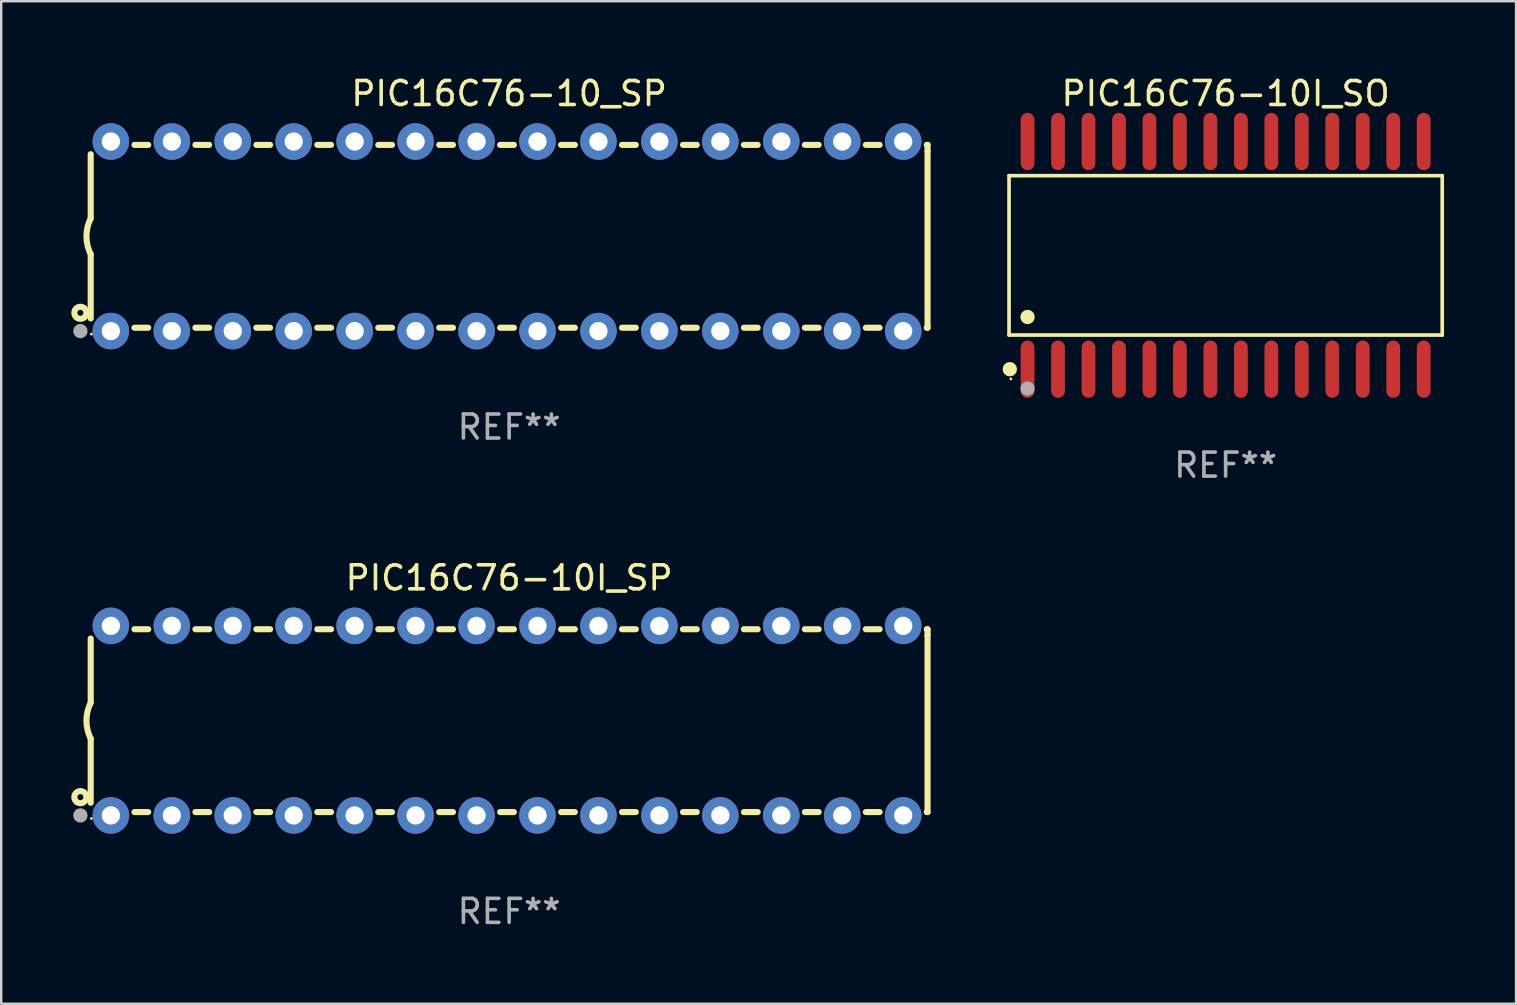
<source format=kicad_pcb>
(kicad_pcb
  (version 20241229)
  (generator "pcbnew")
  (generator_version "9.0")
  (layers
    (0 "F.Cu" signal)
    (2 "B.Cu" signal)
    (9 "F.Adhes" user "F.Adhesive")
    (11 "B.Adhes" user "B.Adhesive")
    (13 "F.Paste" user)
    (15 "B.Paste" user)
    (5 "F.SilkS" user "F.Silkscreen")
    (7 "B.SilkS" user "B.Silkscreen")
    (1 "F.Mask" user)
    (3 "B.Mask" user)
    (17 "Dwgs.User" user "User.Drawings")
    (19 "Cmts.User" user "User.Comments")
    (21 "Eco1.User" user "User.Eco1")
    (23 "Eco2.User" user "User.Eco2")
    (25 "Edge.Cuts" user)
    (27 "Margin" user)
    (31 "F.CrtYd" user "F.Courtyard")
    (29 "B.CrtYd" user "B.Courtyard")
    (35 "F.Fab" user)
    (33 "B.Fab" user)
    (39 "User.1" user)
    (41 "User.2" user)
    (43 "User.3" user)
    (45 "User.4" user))
  (footprint "PIC16C76-10_SP"
    (layer "F.Cu")
    (at 18.168 6.798)
    (property "Reference" "PIC16C76-10_SP" (at 0 -5.95 0) (layer "F.SilkS") (effects (font (size 1 1) (thickness 0.15))))
    (attr through_hole)
    (fp_line (start -17.438 0.75) (end -17.438 3.423) (stroke (width 0.254) (type solid)) (layer "F.SilkS"))
    (fp_line (start -17.438 -3.423) (end -17.438 -0.75) (stroke (width 0.254) (type solid)) (layer "F.SilkS"))
    (fp_line (start -15.615 3.81) (end -15.041 3.81) (stroke (width 0.254) (type solid)) (layer "F.SilkS"))
    (fp_line (start -15.041 -3.81) (end -15.614 -3.81) (stroke (width 0.254) (type solid)) (layer "F.SilkS"))
    (fp_line (start -13.075 3.81) (end -12.501 3.81) (stroke (width 0.254) (type solid)) (layer "F.SilkS"))
    (fp_line (start -12.501 -3.81) (end -13.074 -3.81) (stroke (width 0.254) (type solid)) (layer "F.SilkS"))
    (fp_line (start -10.535 3.81) (end -9.961 3.81) (stroke (width 0.254) (type solid)) (layer "F.SilkS"))
    (fp_line (start -9.961 -3.81) (end -10.534 -3.81) (stroke (width 0.254) (type solid)) (layer "F.SilkS"))
    (fp_line (start -7.995 3.81) (end -7.421 3.81) (stroke (width 0.254) (type solid)) (layer "F.SilkS"))
    (fp_line (start -7.421 -3.81) (end -7.995 -3.81) (stroke (width 0.254) (type solid)) (layer "F.SilkS"))
    (fp_line (start -5.455 3.81) (end -4.881 3.81) (stroke (width 0.254) (type solid)) (layer "F.SilkS"))
    (fp_line (start -4.881 -3.81) (end -5.455 -3.81) (stroke (width 0.254) (type solid)) (layer "F.SilkS"))
    (fp_line (start -2.915 3.81) (end -2.341 3.81) (stroke (width 0.254) (type solid)) (layer "F.SilkS"))
    (fp_line (start -2.341 -3.81) (end -2.915 -3.81) (stroke (width 0.254) (type solid)) (layer "F.SilkS"))
    (fp_line (start -0.375 3.81) (end 0.199 3.81) (stroke (width 0.254) (type solid)) (layer "F.SilkS"))
    (fp_line (start 0.199 -3.81) (end -0.375 -3.81) (stroke (width 0.254) (type solid)) (layer "F.SilkS"))
    (fp_line (start 2.165 3.81) (end 2.739 3.81) (stroke (width 0.254) (type solid)) (layer "F.SilkS"))
    (fp_line (start 2.739 -3.81) (end 2.165 -3.81) (stroke (width 0.254) (type solid)) (layer "F.SilkS"))
    (fp_line (start 4.705 3.81) (end 5.279 3.81) (stroke (width 0.254) (type solid)) (layer "F.SilkS"))
    (fp_line (start 5.279 -3.81) (end 4.705 -3.81) (stroke (width 0.254) (type solid)) (layer "F.SilkS"))
    (fp_line (start 7.245 3.81) (end 7.819 3.81) (stroke (width 0.254) (type solid)) (layer "F.SilkS"))
    (fp_line (start 7.819 -3.81) (end 7.245 -3.81) (stroke (width 0.254) (type solid)) (layer "F.SilkS"))
    (fp_line (start 9.785 3.81) (end 10.359 3.81) (stroke (width 0.254) (type solid)) (layer "F.SilkS"))
    (fp_line (start 10.359 -3.81) (end 9.785 -3.81) (stroke (width 0.254) (type solid)) (layer "F.SilkS"))
    (fp_line (start 12.325 3.81) (end 12.899 3.81) (stroke (width 0.254) (type solid)) (layer "F.SilkS"))
    (fp_line (start 12.899 -3.81) (end 12.325 -3.81) (stroke (width 0.254) (type solid)) (layer "F.SilkS"))
    (fp_line (start 14.865 3.81) (end 15.439 3.81) (stroke (width 0.254) (type solid)) (layer "F.SilkS"))
    (fp_line (start 15.439 -3.81) (end 14.865 -3.81) (stroke (width 0.254) (type solid)) (layer "F.SilkS"))
    (fp_line (start 17.405 3.81) (end 17.438 3.81) (stroke (width 0.254) (type solid)) (layer "F.SilkS"))
    (fp_line (start 17.438 -3.81) (end 17.405 -3.81) (stroke (width 0.254) (type solid)) (layer "F.SilkS"))
    (fp_line (start 17.438 -3.556) (end 17.438 -3.81) (stroke (width 0.254) (type solid)) (layer "F.SilkS"))
    (fp_line (start 17.438 3.81) (end 17.438 -3.556) (stroke (width 0.254) (type solid)) (layer "F.SilkS"))
    (fp_arc (start -17.437986 0.749657) (mid -17.614887 -0.000024) (end -17.437783 -0.749657) (stroke (width 0.254001) (type solid)) (layer "F.SilkS"))
    (fp_circle (center -17.868 3.188) (end -17.743 3.188) (stroke (width 0.254) (type solid)) (fill no) (layer "F.SilkS"))
    (fp_circle (center -17.411 4.077) (end -17.381 4.077) (stroke (width 0.06) (type solid)) (fill no) (layer "F.SilkS"))
    (fp_circle (center -17.868 3.95) (end -17.718 3.95) (stroke (width 0.3) (type solid)) (fill no) (layer "F.Fab"))
    (fp_text user "REF**" (at 0 7.95 0) (layer "F.Fab") (effects (font (size 1 1) (thickness 0.15))))
    (pad "1" thru_hole circle (at -16.598 3.95) (size 1.524 1.524) (drill 0.762) (layers "*.Cu" "*.Mask"))
    (pad "2" thru_hole circle (at -14.058 3.95) (size 1.524 1.524) (drill 0.762) (layers "*.Cu" "*.Mask"))
    (pad "3" thru_hole circle (at -11.518 3.95) (size 1.524 1.524) (drill 0.762) (layers "*.Cu" "*.Mask"))
    (pad "4" thru_hole circle (at -8.978 3.95) (size 1.524 1.524) (drill 0.762) (layers "*.Cu" "*.Mask"))
    (pad "5" thru_hole circle (at -6.438 3.95) (size 1.524 1.524) (drill 0.762) (layers "*.Cu" "*.Mask"))
    (pad "6" thru_hole circle (at -3.898 3.95) (size 1.524 1.524) (drill 0.762) (layers "*.Cu" "*.Mask"))
    (pad "7" thru_hole circle (at -1.358 3.95) (size 1.524 1.524) (drill 0.762) (layers "*.Cu" "*.Mask"))
    (pad "8" thru_hole circle (at 1.182 3.95) (size 1.524 1.524) (drill 0.762) (layers "*.Cu" "*.Mask"))
    (pad "9" thru_hole circle (at 3.722 3.95) (size 1.524 1.524) (drill 0.762) (layers "*.Cu" "*.Mask"))
    (pad "10" thru_hole circle (at 6.262 3.95) (size 1.524 1.524) (drill 0.762) (layers "*.Cu" "*.Mask"))
    (pad "11" thru_hole circle (at 8.802 3.95) (size 1.524 1.524) (drill 0.762) (layers "*.Cu" "*.Mask"))
    (pad "12" thru_hole circle (at 11.342 3.95) (size 1.524 1.524) (drill 0.762) (layers "*.Cu" "*.Mask"))
    (pad "13" thru_hole circle (at 13.882 3.95) (size 1.524 1.524) (drill 0.762) (layers "*.Cu" "*.Mask"))
    (pad "14" thru_hole circle (at 16.422 3.95) (size 1.524 1.524) (drill 0.762) (layers "*.Cu" "*.Mask"))
    (pad "15" thru_hole circle (at 16.422 -3.95) (size 1.524 1.524) (drill 0.762) (layers "*.Cu" "*.Mask"))
    (pad "16" thru_hole circle (at 13.882 -3.95) (size 1.524 1.524) (drill 0.762) (layers "*.Cu" "*.Mask"))
    (pad "17" thru_hole circle (at 11.342 -3.95) (size 1.524 1.524) (drill 0.762) (layers "*.Cu" "*.Mask"))
    (pad "18" thru_hole circle (at 8.802 -3.95) (size 1.524 1.524) (drill 0.762) (layers "*.Cu" "*.Mask"))
    (pad "19" thru_hole circle (at 6.262 -3.95) (size 1.524 1.524) (drill 0.762) (layers "*.Cu" "*.Mask"))
    (pad "20" thru_hole circle (at 3.722 -3.95) (size 1.524 1.524) (drill 0.762) (layers "*.Cu" "*.Mask"))
    (pad "21" thru_hole circle (at 1.182 -3.95) (size 1.524 1.524) (drill 0.762) (layers "*.Cu" "*.Mask"))
    (pad "22" thru_hole circle (at -1.358 -3.95) (size 1.524 1.524) (drill 0.762) (layers "*.Cu" "*.Mask"))
    (pad "23" thru_hole circle (at -3.898 -3.95) (size 1.524 1.524) (drill 0.762) (layers "*.Cu" "*.Mask"))
    (pad "24" thru_hole circle (at -6.438 -3.95) (size 1.524 1.524) (drill 0.762) (layers "*.Cu" "*.Mask"))
    (pad "25" thru_hole circle (at -8.978 -3.95) (size 1.524 1.524) (drill 0.762) (layers "*.Cu" "*.Mask"))
    (pad "26" thru_hole circle (at -11.517 -3.95) (size 1.524 1.524) (drill 0.762) (layers "*.Cu" "*.Mask"))
    (pad "27" thru_hole circle (at -14.057 -3.95) (size 1.524 1.524) (drill 0.762) (layers "*.Cu" "*.Mask"))
    (pad "28" thru_hole circle (at -16.597 -3.95) (size 1.524 1.524) (drill 0.762) (layers "*.Cu" "*.Mask")))
  (footprint "PIC16C76-10I_SP"
    (layer "F.Cu")
    (at 18.168 26.983)
    (property "Reference" "PIC16C76-10I_SP" (at 0 -5.95 0) (layer "F.SilkS") (effects (font (size 1 1) (thickness 0.15))))
    (attr through_hole)
    (fp_line (start -17.438 0.75) (end -17.438 3.423) (stroke (width 0.254) (type solid)) (layer "F.SilkS"))
    (fp_line (start -17.438 -3.423) (end -17.438 -0.75) (stroke (width 0.254) (type solid)) (layer "F.SilkS"))
    (fp_line (start -15.615 3.81) (end -15.041 3.81) (stroke (width 0.254) (type solid)) (layer "F.SilkS"))
    (fp_line (start -15.041 -3.81) (end -15.614 -3.81) (stroke (width 0.254) (type solid)) (layer "F.SilkS"))
    (fp_line (start -13.075 3.81) (end -12.501 3.81) (stroke (width 0.254) (type solid)) (layer "F.SilkS"))
    (fp_line (start -12.501 -3.81) (end -13.074 -3.81) (stroke (width 0.254) (type solid)) (layer "F.SilkS"))
    (fp_line (start -10.535 3.81) (end -9.961 3.81) (stroke (width 0.254) (type solid)) (layer "F.SilkS"))
    (fp_line (start -9.961 -3.81) (end -10.534 -3.81) (stroke (width 0.254) (type solid)) (layer "F.SilkS"))
    (fp_line (start -7.995 3.81) (end -7.421 3.81) (stroke (width 0.254) (type solid)) (layer "F.SilkS"))
    (fp_line (start -7.421 -3.81) (end -7.995 -3.81) (stroke (width 0.254) (type solid)) (layer "F.SilkS"))
    (fp_line (start -5.455 3.81) (end -4.881 3.81) (stroke (width 0.254) (type solid)) (layer "F.SilkS"))
    (fp_line (start -4.881 -3.81) (end -5.455 -3.81) (stroke (width 0.254) (type solid)) (layer "F.SilkS"))
    (fp_line (start -2.915 3.81) (end -2.341 3.81) (stroke (width 0.254) (type solid)) (layer "F.SilkS"))
    (fp_line (start -2.341 -3.81) (end -2.915 -3.81) (stroke (width 0.254) (type solid)) (layer "F.SilkS"))
    (fp_line (start -0.375 3.81) (end 0.199 3.81) (stroke (width 0.254) (type solid)) (layer "F.SilkS"))
    (fp_line (start 0.199 -3.81) (end -0.375 -3.81) (stroke (width 0.254) (type solid)) (layer "F.SilkS"))
    (fp_line (start 2.165 3.81) (end 2.739 3.81) (stroke (width 0.254) (type solid)) (layer "F.SilkS"))
    (fp_line (start 2.739 -3.81) (end 2.165 -3.81) (stroke (width 0.254) (type solid)) (layer "F.SilkS"))
    (fp_line (start 4.705 3.81) (end 5.279 3.81) (stroke (width 0.254) (type solid)) (layer "F.SilkS"))
    (fp_line (start 5.279 -3.81) (end 4.705 -3.81) (stroke (width 0.254) (type solid)) (layer "F.SilkS"))
    (fp_line (start 7.245 3.81) (end 7.819 3.81) (stroke (width 0.254) (type solid)) (layer "F.SilkS"))
    (fp_line (start 7.819 -3.81) (end 7.245 -3.81) (stroke (width 0.254) (type solid)) (layer "F.SilkS"))
    (fp_line (start 9.785 3.81) (end 10.359 3.81) (stroke (width 0.254) (type solid)) (layer "F.SilkS"))
    (fp_line (start 10.359 -3.81) (end 9.785 -3.81) (stroke (width 0.254) (type solid)) (layer "F.SilkS"))
    (fp_line (start 12.325 3.81) (end 12.899 3.81) (stroke (width 0.254) (type solid)) (layer "F.SilkS"))
    (fp_line (start 12.899 -3.81) (end 12.325 -3.81) (stroke (width 0.254) (type solid)) (layer "F.SilkS"))
    (fp_line (start 14.865 3.81) (end 15.439 3.81) (stroke (width 0.254) (type solid)) (layer "F.SilkS"))
    (fp_line (start 15.439 -3.81) (end 14.865 -3.81) (stroke (width 0.254) (type solid)) (layer "F.SilkS"))
    (fp_line (start 17.405 3.81) (end 17.438 3.81) (stroke (width 0.254) (type solid)) (layer "F.SilkS"))
    (fp_line (start 17.438 -3.81) (end 17.405 -3.81) (stroke (width 0.254) (type solid)) (layer "F.SilkS"))
    (fp_line (start 17.438 -3.556) (end 17.438 -3.81) (stroke (width 0.254) (type solid)) (layer "F.SilkS"))
    (fp_line (start 17.438 3.81) (end 17.438 -3.556) (stroke (width 0.254) (type solid)) (layer "F.SilkS"))
    (fp_arc (start -17.437986 0.749657) (mid -17.614887 -0.000024) (end -17.437783 -0.749657) (stroke (width 0.254001) (type solid)) (layer "F.SilkS"))
    (fp_circle (center -17.868 3.188) (end -17.743 3.188) (stroke (width 0.254) (type solid)) (fill no) (layer "F.SilkS"))
    (fp_circle (center -17.411 4.077) (end -17.381 4.077) (stroke (width 0.06) (type solid)) (fill no) (layer "F.SilkS"))
    (fp_circle (center -17.868 3.95) (end -17.718 3.95) (stroke (width 0.3) (type solid)) (fill no) (layer "F.Fab"))
    (fp_text user "REF**" (at 0 7.95 0) (layer "F.Fab") (effects (font (size 1 1) (thickness 0.15))))
    (pad "1" thru_hole circle (at -16.598 3.95) (size 1.524 1.524) (drill 0.762) (layers "*.Cu" "*.Mask"))
    (pad "2" thru_hole circle (at -14.058 3.95) (size 1.524 1.524) (drill 0.762) (layers "*.Cu" "*.Mask"))
    (pad "3" thru_hole circle (at -11.518 3.95) (size 1.524 1.524) (drill 0.762) (layers "*.Cu" "*.Mask"))
    (pad "4" thru_hole circle (at -8.978 3.95) (size 1.524 1.524) (drill 0.762) (layers "*.Cu" "*.Mask"))
    (pad "5" thru_hole circle (at -6.438 3.95) (size 1.524 1.524) (drill 0.762) (layers "*.Cu" "*.Mask"))
    (pad "6" thru_hole circle (at -3.898 3.95) (size 1.524 1.524) (drill 0.762) (layers "*.Cu" "*.Mask"))
    (pad "7" thru_hole circle (at -1.358 3.95) (size 1.524 1.524) (drill 0.762) (layers "*.Cu" "*.Mask"))
    (pad "8" thru_hole circle (at 1.182 3.95) (size 1.524 1.524) (drill 0.762) (layers "*.Cu" "*.Mask"))
    (pad "9" thru_hole circle (at 3.722 3.95) (size 1.524 1.524) (drill 0.762) (layers "*.Cu" "*.Mask"))
    (pad "10" thru_hole circle (at 6.262 3.95) (size 1.524 1.524) (drill 0.762) (layers "*.Cu" "*.Mask"))
    (pad "11" thru_hole circle (at 8.802 3.95) (size 1.524 1.524) (drill 0.762) (layers "*.Cu" "*.Mask"))
    (pad "12" thru_hole circle (at 11.342 3.95) (size 1.524 1.524) (drill 0.762) (layers "*.Cu" "*.Mask"))
    (pad "13" thru_hole circle (at 13.882 3.95) (size 1.524 1.524) (drill 0.762) (layers "*.Cu" "*.Mask"))
    (pad "14" thru_hole circle (at 16.422 3.95) (size 1.524 1.524) (drill 0.762) (layers "*.Cu" "*.Mask"))
    (pad "15" thru_hole circle (at 16.422 -3.95) (size 1.524 1.524) (drill 0.762) (layers "*.Cu" "*.Mask"))
    (pad "16" thru_hole circle (at 13.882 -3.95) (size 1.524 1.524) (drill 0.762) (layers "*.Cu" "*.Mask"))
    (pad "17" thru_hole circle (at 11.342 -3.95) (size 1.524 1.524) (drill 0.762) (layers "*.Cu" "*.Mask"))
    (pad "18" thru_hole circle (at 8.802 -3.95) (size 1.524 1.524) (drill 0.762) (layers "*.Cu" "*.Mask"))
    (pad "19" thru_hole circle (at 6.262 -3.95) (size 1.524 1.524) (drill 0.762) (layers "*.Cu" "*.Mask"))
    (pad "20" thru_hole circle (at 3.722 -3.95) (size 1.524 1.524) (drill 0.762) (layers "*.Cu" "*.Mask"))
    (pad "21" thru_hole circle (at 1.182 -3.95) (size 1.524 1.524) (drill 0.762) (layers "*.Cu" "*.Mask"))
    (pad "22" thru_hole circle (at -1.358 -3.95) (size 1.524 1.524) (drill 0.762) (layers "*.Cu" "*.Mask"))
    (pad "23" thru_hole circle (at -3.898 -3.95) (size 1.524 1.524) (drill 0.762) (layers "*.Cu" "*.Mask"))
    (pad "24" thru_hole circle (at -6.438 -3.95) (size 1.524 1.524) (drill 0.762) (layers "*.Cu" "*.Mask"))
    (pad "25" thru_hole circle (at -8.978 -3.95) (size 1.524 1.524) (drill 0.762) (layers "*.Cu" "*.Mask"))
    (pad "26" thru_hole circle (at -11.517 -3.95) (size 1.524 1.524) (drill 0.762) (layers "*.Cu" "*.Mask"))
    (pad "27" thru_hole circle (at -14.057 -3.95) (size 1.524 1.524) (drill 0.762) (layers "*.Cu" "*.Mask"))
    (pad "28" thru_hole circle (at -16.597 -3.95) (size 1.524 1.524) (drill 0.762) (layers "*.Cu" "*.Mask")))
  (footprint "PIC16C76-10I_SO"
    (layer "F.Cu")
    (at 48.028 7.592)
    (property "Reference" "PIC16C76-10I_SO" (at 0 -6.744 0) (layer "F.SilkS") (effects (font (size 1 1) (thickness 0.15))))
    (attr through_hole)
    (fp_line (start -9.026 -3.321) (end 9.026 -3.321) (stroke (width 0.152) (type solid)) (layer "F.SilkS"))
    (fp_line (start -9.026 3.321) (end -9.026 -3.321) (stroke (width 0.152) (type solid)) (layer "F.SilkS"))
    (fp_line (start 9.026 -3.321) (end 9.026 3.321) (stroke (width 0.152) (type solid)) (layer "F.SilkS"))
    (fp_line (start 9.026 3.321) (end -9.026 3.321) (stroke (width 0.152) (type solid)) (layer "F.SilkS"))
    (fp_circle (center -8.994 4.744) (end -8.844 4.744) (stroke (width 0.3) (type solid)) (fill no) (layer "F.SilkS"))
    (fp_circle (center -8.95 5.15) (end -8.92 5.15) (stroke (width 0.06) (type solid)) (fill no) (layer "F.SilkS"))
    (fp_circle (center -8.255 2.569) (end -8.105 2.569) (stroke (width 0.3) (type solid)) (fill no) (layer "F.SilkS"))
    (fp_circle (center -8.255 5.55) (end -8.105 5.55) (stroke (width 0.3) (type solid)) (fill no) (layer "F.Fab"))
    (fp_text user "REF**" (at 0 8.744 0) (layer "F.Fab") (effects (font (size 1 1) (thickness 0.15))))
    (pad "1" smd oval (at -8.255 4.744) (size 0.574 2.388) (layers "F.Cu" "F.Mask" "F.Paste"))
    (pad "2" smd oval (at -6.985 4.744) (size 0.574 2.388) (layers "F.Cu" "F.Mask" "F.Paste"))
    (pad "3" smd oval (at -5.715 4.744) (size 0.574 2.388) (layers "F.Cu" "F.Mask" "F.Paste"))
    (pad "4" smd oval (at -4.445 4.744) (size 0.574 2.388) (layers "F.Cu" "F.Mask" "F.Paste"))
    (pad "5" smd oval (at -3.175 4.744) (size 0.574 2.388) (layers "F.Cu" "F.Mask" "F.Paste"))
    (pad "6" smd oval (at -1.905 4.744) (size 0.574 2.388) (layers "F.Cu" "F.Mask" "F.Paste"))
    (pad "7" smd oval (at -0.635 4.744) (size 0.574 2.388) (layers "F.Cu" "F.Mask" "F.Paste"))
    (pad "8" smd oval (at 0.635 4.744) (size 0.574 2.388) (layers "F.Cu" "F.Mask" "F.Paste"))
    (pad "9" smd oval (at 1.905 4.744) (size 0.574 2.388) (layers "F.Cu" "F.Mask" "F.Paste"))
    (pad "10" smd oval (at 3.175 4.744) (size 0.574 2.388) (layers "F.Cu" "F.Mask" "F.Paste"))
    (pad "11" smd oval (at 4.445 4.744) (size 0.574 2.388) (layers "F.Cu" "F.Mask" "F.Paste"))
    (pad "12" smd oval (at 5.715 4.744) (size 0.574 2.388) (layers "F.Cu" "F.Mask" "F.Paste"))
    (pad "13" smd oval (at 6.985 4.744) (size 0.574 2.388) (layers "F.Cu" "F.Mask" "F.Paste"))
    (pad "14" smd oval (at 8.255 4.744) (size 0.574 2.388) (layers "F.Cu" "F.Mask" "F.Paste"))
    (pad "15" smd oval (at 8.255 -4.744) (size 0.574 2.388) (layers "F.Cu" "F.Mask" "F.Paste"))
    (pad "16" smd oval (at 6.985 -4.744) (size 0.574 2.388) (layers "F.Cu" "F.Mask" "F.Paste"))
    (pad "17" smd oval (at 5.715 -4.744) (size 0.574 2.388) (layers "F.Cu" "F.Mask" "F.Paste"))
    (pad "18" smd oval (at 4.445 -4.744) (size 0.574 2.388) (layers "F.Cu" "F.Mask" "F.Paste"))
    (pad "19" smd oval (at 3.175 -4.744) (size 0.574 2.388) (layers "F.Cu" "F.Mask" "F.Paste"))
    (pad "20" smd oval (at 1.905 -4.744) (size 0.574 2.388) (layers "F.Cu" "F.Mask" "F.Paste"))
    (pad "21" smd oval (at 0.635 -4.744) (size 0.574 2.388) (layers "F.Cu" "F.Mask" "F.Paste"))
    (pad "22" smd oval (at -0.635 -4.744) (size 0.574 2.388) (layers "F.Cu" "F.Mask" "F.Paste"))
    (pad "23" smd oval (at -1.905 -4.744) (size 0.574 2.388) (layers "F.Cu" "F.Mask" "F.Paste"))
    (pad "24" smd oval (at -3.175 -4.744) (size 0.574 2.388) (layers "F.Cu" "F.Mask" "F.Paste"))
    (pad "25" smd oval (at -4.445 -4.744) (size 0.574 2.388) (layers "F.Cu" "F.Mask" "F.Paste"))
    (pad "26" smd oval (at -5.715 -4.744) (size 0.574 2.388) (layers "F.Cu" "F.Mask" "F.Paste"))
    (pad "27" smd oval (at -6.985 -4.744) (size 0.574 2.388) (layers "F.Cu" "F.Mask" "F.Paste"))
    (pad "28" smd oval (at -8.255 -4.744) (size 0.574 2.388) (layers "F.Cu" "F.Mask" "F.Paste")))
  (gr_rect
    (start -3 -3)
    (end 60.13 38.781)
    (stroke (width 0.1) (type default))
    (fill no)
    (layer "Edge.Cuts")))
</source>
